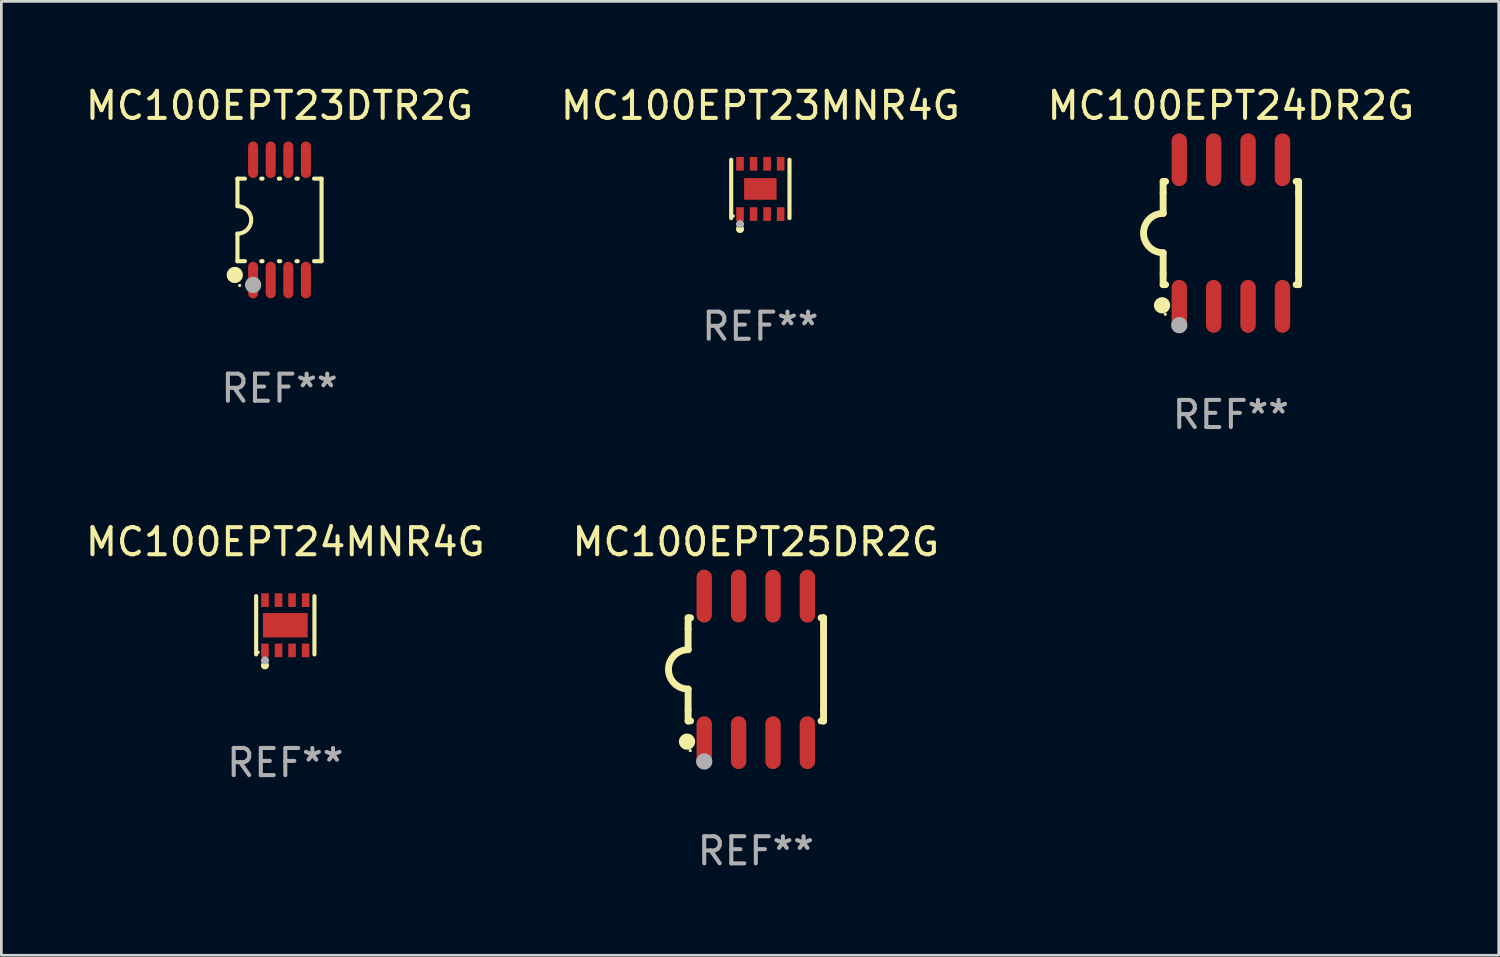
<source format=kicad_pcb>
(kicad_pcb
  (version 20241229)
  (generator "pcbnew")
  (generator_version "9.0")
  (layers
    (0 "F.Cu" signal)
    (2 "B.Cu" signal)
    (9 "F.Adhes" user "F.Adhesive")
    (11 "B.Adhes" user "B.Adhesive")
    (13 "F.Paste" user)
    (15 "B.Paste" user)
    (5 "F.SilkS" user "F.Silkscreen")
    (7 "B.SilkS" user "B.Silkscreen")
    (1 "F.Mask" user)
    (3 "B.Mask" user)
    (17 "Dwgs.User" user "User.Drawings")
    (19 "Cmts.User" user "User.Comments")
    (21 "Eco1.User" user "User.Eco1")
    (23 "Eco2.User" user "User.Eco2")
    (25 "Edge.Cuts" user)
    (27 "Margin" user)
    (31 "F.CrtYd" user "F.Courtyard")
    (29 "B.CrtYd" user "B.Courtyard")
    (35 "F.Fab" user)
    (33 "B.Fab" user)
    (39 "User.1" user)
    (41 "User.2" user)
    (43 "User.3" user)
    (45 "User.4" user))
  (footprint "MC100EPT24DR2G"
    (layer "F.Cu")
    (at 42.387 5.553)
    (property "Reference" "MC100EPT24DR2G" (at 0 -4.705 0) (layer "F.SilkS") (effects (font (size 1 1) (thickness 0.15))))
    (attr through_hole)
    (fp_line (start -2.5 -1.905) (end -2.409 -1.905) (stroke (width 0.254) (type solid)) (layer "F.SilkS"))
    (fp_line (start -2.5 -1.5) (end -2.5 -1.905) (stroke (width 0.254) (type solid)) (layer "F.SilkS"))
    (fp_line (start -2.5 -1.5) (end -2.5 -0.726) (stroke (width 0.254) (type solid)) (layer "F.SilkS"))
    (fp_line (start -2.5 1.5) (end -2.5 0.727) (stroke (width 0.254) (type solid)) (layer "F.SilkS"))
    (fp_line (start -2.5 1.5) (end -2.5 1.905) (stroke (width 0.254) (type solid)) (layer "F.SilkS"))
    (fp_line (start -2.5 1.905) (end -2.409 1.905) (stroke (width 0.254) (type solid)) (layer "F.SilkS"))
    (fp_line (start 2.5 -1.905) (end 2.409 -1.905) (stroke (width 0.254) (type solid)) (layer "F.SilkS"))
    (fp_line (start 2.5 -1.5) (end 2.5 -1.905) (stroke (width 0.254) (type solid)) (layer "F.SilkS"))
    (fp_line (start 2.5 -1.5) (end 2.5 1.5) (stroke (width 0.254) (type solid)) (layer "F.SilkS"))
    (fp_line (start 2.5 1.5) (end 2.5 1.905) (stroke (width 0.254) (type solid)) (layer "F.SilkS"))
    (fp_line (start 2.5 1.905) (end 2.409 1.905) (stroke (width 0.254) (type solid)) (layer "F.SilkS"))
    (fp_arc (start -2.5 0.726568) (mid -3.220316 -0.0023) (end -2.495097 -0.726289) (stroke (width 0.254001) (type solid)) (layer "F.SilkS"))
    (fp_circle (center -2.54 2.667) (end -2.39 2.667) (stroke (width 0.3) (type solid)) (fill no) (layer "F.SilkS"))
    (fp_circle (center -2.42 3) (end -2.39 3) (stroke (width 0.06) (type solid)) (fill no) (layer "F.SilkS"))
    (fp_circle (center -1.905 3.4) (end -1.755 3.4) (stroke (width 0.3) (type solid)) (fill no) (layer "F.Fab"))
    (fp_text user "REF**" (at 0 6.705 0) (layer "F.Fab") (effects (font (size 1 1) (thickness 0.15))))
    (pad "1" smd oval (at -1.905 2.705) (size 0.568 1.95) (layers "F.Cu" "F.Mask" "F.Paste"))
    (pad "2" smd oval (at -0.635 2.705) (size 0.568 1.95) (layers "F.Cu" "F.Mask" "F.Paste"))
    (pad "3" smd oval (at 0.635 2.705) (size 0.568 1.95) (layers "F.Cu" "F.Mask" "F.Paste"))
    (pad "4" smd oval (at 1.905 2.705) (size 0.568 1.95) (layers "F.Cu" "F.Mask" "F.Paste"))
    (pad "5" smd oval (at 1.905 -2.705) (size 0.568 1.95) (layers "F.Cu" "F.Mask" "F.Paste"))
    (pad "6" smd oval (at 0.635 -2.705) (size 0.568 1.95) (layers "F.Cu" "F.Mask" "F.Paste"))
    (pad "7" smd oval (at -0.635 -2.705) (size 0.568 1.95) (layers "F.Cu" "F.Mask" "F.Paste"))
    (pad "8" smd oval (at -1.905 -2.705) (size 0.568 1.95) (layers "F.Cu" "F.Mask" "F.Paste")))
  (footprint "MC100EPT24MNR4G"
    (layer "F.Cu")
    (at 7.482 20.031)
    (property "Reference" "MC100EPT24MNR4G" (at 0 -3.076 0) (layer "F.SilkS") (effects (font (size 1 1) (thickness 0.15))))
    (attr through_hole)
    (fp_line (start -1.076 1.076) (end -1.076 -1.076) (stroke (width 0.152) (type solid)) (layer "F.SilkS"))
    (fp_line (start 1.076 1.076) (end 1.076 -1.076) (stroke (width 0.152) (type solid)) (layer "F.SilkS"))
    (fp_circle (center -1 1) (end -0.97 1) (stroke (width 0.06) (type solid)) (fill no) (layer "F.SilkS"))
    (fp_circle (center -0.75 1.48) (end -0.675 1.48) (stroke (width 0.15) (type solid)) (fill no) (layer "F.SilkS"))
    (fp_circle (center -0.75 1.3) (end -0.675 1.3) (stroke (width 0.15) (type solid)) (fill no) (layer "F.Fab"))
    (fp_text user "REF**" (at 0 5.076 0) (layer "F.Fab") (effects (font (size 1 1) (thickness 0.15))))
    (pad "1" smd rect (at -0.75 0.928) (size 0.28 0.505) (layers "F.Cu" "F.Mask" "F.Paste"))
    (pad "2" smd rect (at -0.25 0.928) (size 0.28 0.505) (layers "F.Cu" "F.Mask" "F.Paste"))
    (pad "3" smd rect (at 0.25 0.928) (size 0.28 0.505) (layers "F.Cu" "F.Mask" "F.Paste"))
    (pad "4" smd rect (at 0.75 0.928) (size 0.28 0.505) (layers "F.Cu" "F.Mask" "F.Paste"))
    (pad "5" smd rect (at 0.75 -0.928) (size 0.28 0.505) (layers "F.Cu" "F.Mask" "F.Paste"))
    (pad "6" smd rect (at 0.25 -0.928) (size 0.28 0.505) (layers "F.Cu" "F.Mask" "F.Paste"))
    (pad "7" smd rect (at -0.25 -0.928) (size 0.28 0.505) (layers "F.Cu" "F.Mask" "F.Paste"))
    (pad "8" smd rect (at -0.75 -0.928) (size 0.28 0.505) (layers "F.Cu" "F.Mask" "F.Paste"))
    (pad "9" smd rect (at 0 0) (size 1.65 0.9) (layers "F.Cu" "F.Mask" "F.Paste")))
  (footprint "MC100EPT23MNR4G"
    (layer "F.Cu")
    (at 25.018 3.924)
    (property "Reference" "MC100EPT23MNR4G" (at 0 -3.076 0) (layer "F.SilkS") (effects (font (size 1 1) (thickness 0.15))))
    (attr through_hole)
    (fp_line (start -1.076 1.076) (end -1.076 -1.076) (stroke (width 0.152) (type solid)) (layer "F.SilkS"))
    (fp_line (start 1.076 1.076) (end 1.076 -1.076) (stroke (width 0.152) (type solid)) (layer "F.SilkS"))
    (fp_circle (center -1 1) (end -0.97 1) (stroke (width 0.06) (type solid)) (fill no) (layer "F.SilkS"))
    (fp_circle (center -0.75 1.48) (end -0.675 1.48) (stroke (width 0.15) (type solid)) (fill no) (layer "F.SilkS"))
    (fp_circle (center -0.75 1.3) (end -0.675 1.3) (stroke (width 0.15) (type solid)) (fill no) (layer "F.Fab"))
    (fp_text user "REF**" (at 0 5.076 0) (layer "F.Fab") (effects (font (size 1 1) (thickness 0.15))))
    (pad "1" smd rect (at -0.75 0.928) (size 0.28 0.505) (layers "F.Cu" "F.Mask" "F.Paste"))
    (pad "2" smd rect (at -0.25 0.928) (size 0.28 0.505) (layers "F.Cu" "F.Mask" "F.Paste"))
    (pad "3" smd rect (at 0.25 0.928) (size 0.28 0.505) (layers "F.Cu" "F.Mask" "F.Paste"))
    (pad "4" smd rect (at 0.75 0.928) (size 0.28 0.505) (layers "F.Cu" "F.Mask" "F.Paste"))
    (pad "5" smd rect (at 0.75 -0.928) (size 0.28 0.505) (layers "F.Cu" "F.Mask" "F.Paste"))
    (pad "6" smd rect (at 0.25 -0.928) (size 0.28 0.505) (layers "F.Cu" "F.Mask" "F.Paste"))
    (pad "7" smd rect (at -0.25 -0.928) (size 0.28 0.505) (layers "F.Cu" "F.Mask" "F.Paste"))
    (pad "8" smd rect (at -0.75 -0.928) (size 0.28 0.505) (layers "F.Cu" "F.Mask" "F.Paste"))
    (pad "9" smd rect (at 0 0) (size 1.2 0.8) (layers "F.Cu" "F.Mask" "F.Paste")))
  (footprint "MC100EPT23DTR2G"
    (layer "F.Cu")
    (at 7.268 5.068)
    (property "Reference" "MC100EPT23DTR2G" (at 0 -4.22 0) (layer "F.SilkS") (effects (font (size 1 1) (thickness 0.15))))
    (attr through_hole)
    (fp_line (start -1.552 -1.524) (end -1.276 -1.524) (stroke (width 0.152) (type solid)) (layer "F.SilkS"))
    (fp_line (start -1.552 -0.508) (end -1.552 -1.524) (stroke (width 0.152) (type solid)) (layer "F.SilkS"))
    (fp_line (start -1.552 1.524) (end -1.552 0.508) (stroke (width 0.152) (type solid)) (layer "F.SilkS"))
    (fp_line (start -1.552 1.524) (end -1.276 1.524) (stroke (width 0.152) (type solid)) (layer "F.SilkS"))
    (fp_line (start -0.674 -1.524) (end -0.626 -1.524) (stroke (width 0.152) (type solid)) (layer "F.SilkS"))
    (fp_line (start -0.674 1.524) (end -0.626 1.524) (stroke (width 0.152) (type solid)) (layer "F.SilkS"))
    (fp_line (start -0.024 -1.524) (end 0.024 -1.524) (stroke (width 0.152) (type solid)) (layer "F.SilkS"))
    (fp_line (start -0.024 1.524) (end 0.024 1.524) (stroke (width 0.152) (type solid)) (layer "F.SilkS"))
    (fp_line (start 0.626 -1.524) (end 0.674 -1.524) (stroke (width 0.152) (type solid)) (layer "F.SilkS"))
    (fp_line (start 0.626 1.524) (end 0.674 1.524) (stroke (width 0.152) (type solid)) (layer "F.SilkS"))
    (fp_line (start 1.276 1.524) (end 1.552 1.524) (stroke (width 0.152) (type solid)) (layer "F.SilkS"))
    (fp_line (start 1.276 -1.524) (end 1.552 -1.524) (stroke (width 0.152) (type solid)) (layer "F.SilkS"))
    (fp_line (start 1.552 -1.524) (end 1.552 1.524) (stroke (width 0.152) (type solid)) (layer "F.SilkS"))
    (fp_arc (start -1.551943 -0.508001) (mid -1.043942 0) (end -1.551943 0.508001) (stroke (width 0.151994) (type solid)) (layer "F.SilkS"))
    (fp_circle (center -1.651 2.032) (end -1.501 2.032) (stroke (width 0.3) (type solid)) (fill no) (layer "F.SilkS"))
    (fp_circle (center -1.47 2.42) (end -1.44 2.42) (stroke (width 0.06) (type solid)) (fill no) (layer "F.SilkS"))
    (fp_circle (center -0.975 2.4) (end -0.825 2.4) (stroke (width 0.3) (type solid)) (fill no) (layer "F.Fab"))
    (fp_text user "REF**" (at 0 6.22 0) (layer "F.Fab") (effects (font (size 1 1) (thickness 0.15))))
    (pad "1" smd oval (at -0.975 2.22) (size 0.37 1.35) (layers "F.Cu" "F.Mask" "F.Paste"))
    (pad "2" smd oval (at -0.325 2.22) (size 0.37 1.35) (layers "F.Cu" "F.Mask" "F.Paste"))
    (pad "3" smd oval (at 0.325 2.22) (size 0.37 1.35) (layers "F.Cu" "F.Mask" "F.Paste"))
    (pad "4" smd oval (at 0.975 2.22) (size 0.37 1.35) (layers "F.Cu" "F.Mask" "F.Paste"))
    (pad "5" smd oval (at 0.975 -2.22) (size 0.37 1.35) (layers "F.Cu" "F.Mask" "F.Paste"))
    (pad "6" smd oval (at 0.325 -2.22) (size 0.37 1.35) (layers "F.Cu" "F.Mask" "F.Paste"))
    (pad "7" smd oval (at -0.325 -2.22) (size 0.37 1.35) (layers "F.Cu" "F.Mask" "F.Paste"))
    (pad "8" smd oval (at -0.975 -2.22) (size 0.37 1.35) (layers "F.Cu" "F.Mask" "F.Paste")))
  (footprint "MC100EPT25DR2G"
    (layer "F.Cu")
    (at 24.851 21.66)
    (property "Reference" "MC100EPT25DR2G" (at 0 -4.705 0) (layer "F.SilkS") (effects (font (size 1 1) (thickness 0.15))))
    (attr through_hole)
    (fp_line (start -2.5 -1.905) (end -2.409 -1.905) (stroke (width 0.254) (type solid)) (layer "F.SilkS"))
    (fp_line (start -2.5 -1.5) (end -2.5 -1.905) (stroke (width 0.254) (type solid)) (layer "F.SilkS"))
    (fp_line (start -2.5 -1.5) (end -2.5 -0.726) (stroke (width 0.254) (type solid)) (layer "F.SilkS"))
    (fp_line (start -2.5 1.5) (end -2.5 0.727) (stroke (width 0.254) (type solid)) (layer "F.SilkS"))
    (fp_line (start -2.5 1.5) (end -2.5 1.905) (stroke (width 0.254) (type solid)) (layer "F.SilkS"))
    (fp_line (start -2.5 1.905) (end -2.409 1.905) (stroke (width 0.254) (type solid)) (layer "F.SilkS"))
    (fp_line (start 2.5 -1.905) (end 2.409 -1.905) (stroke (width 0.254) (type solid)) (layer "F.SilkS"))
    (fp_line (start 2.5 -1.5) (end 2.5 -1.905) (stroke (width 0.254) (type solid)) (layer "F.SilkS"))
    (fp_line (start 2.5 -1.5) (end 2.5 1.5) (stroke (width 0.254) (type solid)) (layer "F.SilkS"))
    (fp_line (start 2.5 1.5) (end 2.5 1.905) (stroke (width 0.254) (type solid)) (layer "F.SilkS"))
    (fp_line (start 2.5 1.905) (end 2.409 1.905) (stroke (width 0.254) (type solid)) (layer "F.SilkS"))
    (fp_arc (start -2.5 0.726568) (mid -3.220316 -0.0023) (end -2.495097 -0.726289) (stroke (width 0.254001) (type solid)) (layer "F.SilkS"))
    (fp_circle (center -2.54 2.667) (end -2.39 2.667) (stroke (width 0.3) (type solid)) (fill no) (layer "F.SilkS"))
    (fp_circle (center -2.42 3) (end -2.39 3) (stroke (width 0.06) (type solid)) (fill no) (layer "F.SilkS"))
    (fp_circle (center -1.905 3.4) (end -1.755 3.4) (stroke (width 0.3) (type solid)) (fill no) (layer "F.Fab"))
    (fp_text user "REF**" (at 0 6.705 0) (layer "F.Fab") (effects (font (size 1 1) (thickness 0.15))))
    (pad "1" smd oval (at -1.905 2.705) (size 0.568 1.95) (layers "F.Cu" "F.Mask" "F.Paste"))
    (pad "2" smd oval (at -0.635 2.705) (size 0.568 1.95) (layers "F.Cu" "F.Mask" "F.Paste"))
    (pad "3" smd oval (at 0.635 2.705) (size 0.568 1.95) (layers "F.Cu" "F.Mask" "F.Paste"))
    (pad "4" smd oval (at 1.905 2.705) (size 0.568 1.95) (layers "F.Cu" "F.Mask" "F.Paste"))
    (pad "5" smd oval (at 1.905 -2.705) (size 0.568 1.95) (layers "F.Cu" "F.Mask" "F.Paste"))
    (pad "6" smd oval (at 0.635 -2.705) (size 0.568 1.95) (layers "F.Cu" "F.Mask" "F.Paste"))
    (pad "7" smd oval (at -0.635 -2.705) (size 0.568 1.95) (layers "F.Cu" "F.Mask" "F.Paste"))
    (pad "8" smd oval (at -1.905 -2.705) (size 0.568 1.95) (layers "F.Cu" "F.Mask" "F.Paste")))
  (gr_rect
    (start -3 -3)
    (end 52.274 32.213)
    (stroke (width 0.1) (type default))
    (fill no)
    (layer "Edge.Cuts")))
</source>
